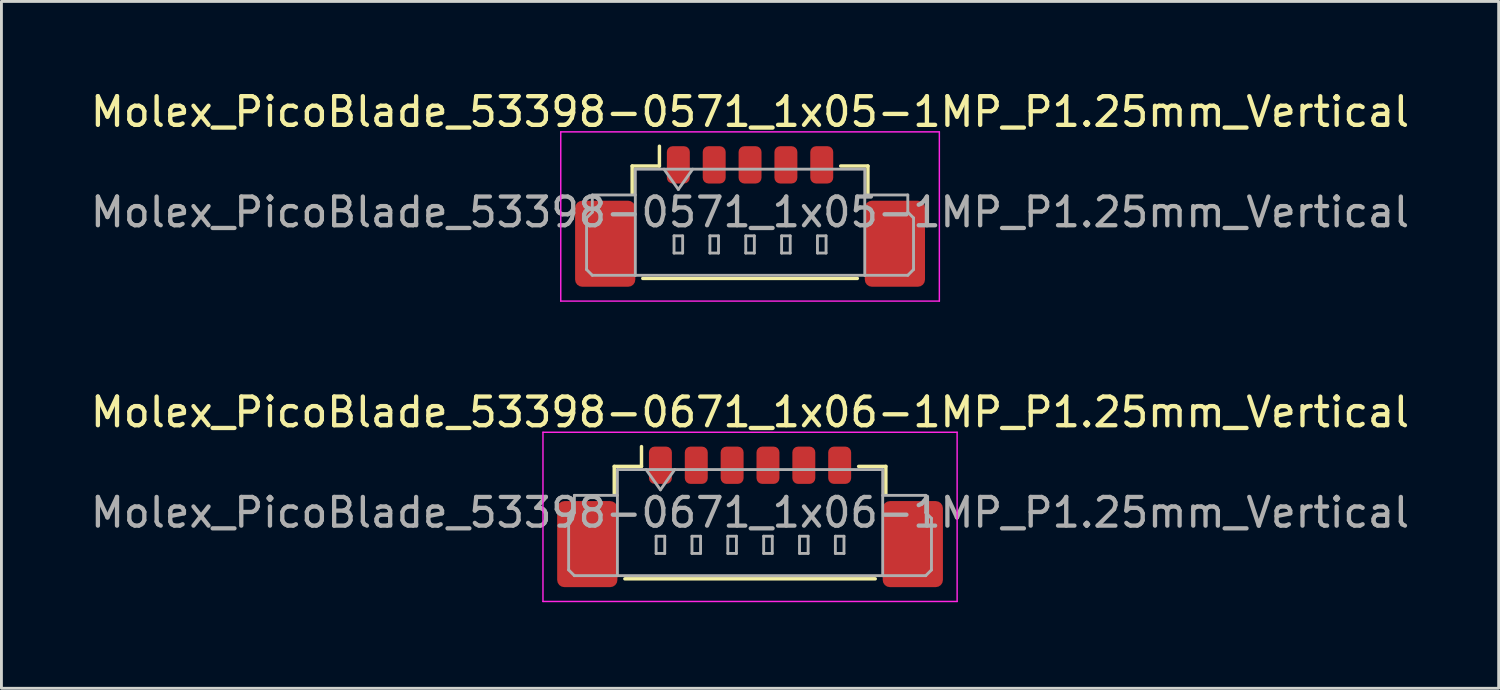
<source format=kicad_pcb>
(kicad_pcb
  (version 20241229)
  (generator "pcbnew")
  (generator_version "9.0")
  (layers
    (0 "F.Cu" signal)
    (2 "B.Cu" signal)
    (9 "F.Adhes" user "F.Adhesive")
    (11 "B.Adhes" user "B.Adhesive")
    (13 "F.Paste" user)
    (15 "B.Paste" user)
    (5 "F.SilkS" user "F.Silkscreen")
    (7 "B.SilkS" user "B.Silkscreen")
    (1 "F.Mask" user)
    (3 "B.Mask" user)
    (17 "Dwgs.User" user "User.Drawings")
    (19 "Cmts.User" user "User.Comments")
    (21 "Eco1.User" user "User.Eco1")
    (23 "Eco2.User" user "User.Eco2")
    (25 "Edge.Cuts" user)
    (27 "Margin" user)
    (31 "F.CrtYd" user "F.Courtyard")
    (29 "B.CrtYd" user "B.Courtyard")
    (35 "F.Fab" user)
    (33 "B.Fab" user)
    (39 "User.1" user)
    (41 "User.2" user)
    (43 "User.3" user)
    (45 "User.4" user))
  (footprint "Molex_PicoBlade_53398-0571_1x05-1MP_P1.25mm_Vertical"
    (layer "F.Cu")
    (at 23.101 3.948)
    (property "Reference" "Molex_PicoBlade_53398-0571_1x05-1MP_P1.25mm_Vertical" (at 0 -3.1 0) (layer "F.SilkS") (effects (font (size 1 1) (thickness 0.15))))
    (attr smd)
    (fp_line (start -4.11 -1.21) (end -3.16 -1.21) (stroke (width 0.12) (type solid)) (layer "F.SilkS"))
    (fp_line (start -4.11 -0.26) (end -4.11 -1.21) (stroke (width 0.12) (type solid)) (layer "F.SilkS"))
    (fp_line (start -3.74 2.71) (end 3.74 2.71) (stroke (width 0.12) (type solid)) (layer "F.SilkS"))
    (fp_line (start -3.16 -1.21) (end -3.16 -1.9) (stroke (width 0.12) (type solid)) (layer "F.SilkS"))
    (fp_line (start 4.11 -1.21) (end 3.16 -1.21) (stroke (width 0.12) (type solid)) (layer "F.SilkS"))
    (fp_line (start 4.11 -0.26) (end 4.11 -1.21) (stroke (width 0.12) (type solid)) (layer "F.SilkS"))
    (fp_line (start -6.6 -2.4) (end -6.6 3.5) (stroke (width 0.05) (type solid)) (layer "F.CrtYd"))
    (fp_line (start -6.6 3.5) (end 6.6 3.5) (stroke (width 0.05) (type solid)) (layer "F.CrtYd"))
    (fp_line (start 6.6 -2.4) (end -6.6 -2.4) (stroke (width 0.05) (type solid)) (layer "F.CrtYd"))
    (fp_line (start 6.6 3.5) (end 6.6 -2.4) (stroke (width 0.05) (type solid)) (layer "F.CrtYd"))
    (fp_line (start -5.7 0.6) (end -5.5 0.4) (stroke (width 0.1) (type solid)) (layer "F.Fab"))
    (fp_line (start -5.7 2.4) (end -5.7 0.6) (stroke (width 0.1) (type solid)) (layer "F.Fab"))
    (fp_line (start -5.5 -0.2) (end -4 -0.2) (stroke (width 0.1) (type solid)) (layer "F.Fab"))
    (fp_line (start -5.5 0.4) (end -5.5 -0.2) (stroke (width 0.1) (type solid)) (layer "F.Fab"))
    (fp_line (start -5.5 2.6) (end -5.7 2.4) (stroke (width 0.1) (type solid)) (layer "F.Fab"))
    (fp_line (start -4 -1.1) (end -4 2.6) (stroke (width 0.1) (type solid)) (layer "F.Fab"))
    (fp_line (start -4 -1.1) (end 4 -1.1) (stroke (width 0.1) (type solid)) (layer "F.Fab"))
    (fp_line (start -4 2.6) (end -5.5 2.6) (stroke (width 0.1) (type solid)) (layer "F.Fab"))
    (fp_line (start -4 2.6) (end 4 2.6) (stroke (width 0.1) (type solid)) (layer "F.Fab"))
    (fp_line (start -3 -1.1) (end -2.5 -0.393) (stroke (width 0.1) (type solid)) (layer "F.Fab"))
    (fp_line (start -2.65 1.225) (end -2.65 1.825) (stroke (width 0.1) (type solid)) (layer "F.Fab"))
    (fp_line (start -2.65 1.825) (end -2.35 1.825) (stroke (width 0.1) (type solid)) (layer "F.Fab"))
    (fp_line (start -2.5 -0.393) (end -2 -1.1) (stroke (width 0.1) (type solid)) (layer "F.Fab"))
    (fp_line (start -2.35 1.225) (end -2.65 1.225) (stroke (width 0.1) (type solid)) (layer "F.Fab"))
    (fp_line (start -2.35 1.825) (end -2.35 1.225) (stroke (width 0.1) (type solid)) (layer "F.Fab"))
    (fp_line (start -1.4 1.225) (end -1.4 1.825) (stroke (width 0.1) (type solid)) (layer "F.Fab"))
    (fp_line (start -1.4 1.825) (end -1.1 1.825) (stroke (width 0.1) (type solid)) (layer "F.Fab"))
    (fp_line (start -1.1 1.225) (end -1.4 1.225) (stroke (width 0.1) (type solid)) (layer "F.Fab"))
    (fp_line (start -1.1 1.825) (end -1.1 1.225) (stroke (width 0.1) (type solid)) (layer "F.Fab"))
    (fp_line (start -0.15 1.225) (end -0.15 1.825) (stroke (width 0.1) (type solid)) (layer "F.Fab"))
    (fp_line (start -0.15 1.825) (end 0.15 1.825) (stroke (width 0.1) (type solid)) (layer "F.Fab"))
    (fp_line (start 0.15 1.225) (end -0.15 1.225) (stroke (width 0.1) (type solid)) (layer "F.Fab"))
    (fp_line (start 0.15 1.825) (end 0.15 1.225) (stroke (width 0.1) (type solid)) (layer "F.Fab"))
    (fp_line (start 1.1 1.225) (end 1.1 1.825) (stroke (width 0.1) (type solid)) (layer "F.Fab"))
    (fp_line (start 1.1 1.825) (end 1.4 1.825) (stroke (width 0.1) (type solid)) (layer "F.Fab"))
    (fp_line (start 1.4 1.225) (end 1.1 1.225) (stroke (width 0.1) (type solid)) (layer "F.Fab"))
    (fp_line (start 1.4 1.825) (end 1.4 1.225) (stroke (width 0.1) (type solid)) (layer "F.Fab"))
    (fp_line (start 2.35 1.225) (end 2.35 1.825) (stroke (width 0.1) (type solid)) (layer "F.Fab"))
    (fp_line (start 2.35 1.825) (end 2.65 1.825) (stroke (width 0.1) (type solid)) (layer "F.Fab"))
    (fp_line (start 2.65 1.225) (end 2.35 1.225) (stroke (width 0.1) (type solid)) (layer "F.Fab"))
    (fp_line (start 2.65 1.825) (end 2.65 1.225) (stroke (width 0.1) (type solid)) (layer "F.Fab"))
    (fp_line (start 4 -1.1) (end 4 2.6) (stroke (width 0.1) (type solid)) (layer "F.Fab"))
    (fp_line (start 4 2.6) (end 5.5 2.6) (stroke (width 0.1) (type solid)) (layer "F.Fab"))
    (fp_line (start 5.5 -0.2) (end 4 -0.2) (stroke (width 0.1) (type solid)) (layer "F.Fab"))
    (fp_line (start 5.5 0.4) (end 5.5 -0.2) (stroke (width 0.1) (type solid)) (layer "F.Fab"))
    (fp_line (start 5.5 2.6) (end 5.7 2.4) (stroke (width 0.1) (type solid)) (layer "F.Fab"))
    (fp_line (start 5.7 0.6) (end 5.5 0.4) (stroke (width 0.1) (type solid)) (layer "F.Fab"))
    (fp_line (start 5.7 2.4) (end 5.7 0.6) (stroke (width 0.1) (type solid)) (layer "F.Fab"))
    (fp_text user "${REFERENCE}" (at 0 0.4 0) (layer "F.Fab") (effects (font (size 1 1) (thickness 0.15))))
    (pad "1" smd roundrect (at -2.5 -1.25) (size 0.8 1.3) (layers "F.Cu" "F.Mask" "F.Paste") (roundrect_rratio 0.25))
    (pad "2" smd roundrect (at -1.25 -1.25) (size 0.8 1.3) (layers "F.Cu" "F.Mask" "F.Paste") (roundrect_rratio 0.25))
    (pad "3" smd roundrect (at 0 -1.25) (size 0.8 1.3) (layers "F.Cu" "F.Mask" "F.Paste") (roundrect_rratio 0.25))
    (pad "4" smd roundrect (at 1.25 -1.25) (size 0.8 1.3) (layers "F.Cu" "F.Mask" "F.Paste") (roundrect_rratio 0.25))
    (pad "5" smd roundrect (at 2.5 -1.25) (size 0.8 1.3) (layers "F.Cu" "F.Mask" "F.Paste") (roundrect_rratio 0.25))
    (pad "MP" smd roundrect (at -5.05 1.5) (size 2.1 3) (layers "F.Cu" "F.Mask" "F.Paste") (roundrect_rratio 0.119))
    (pad "MP" smd roundrect (at 5.05 1.5) (size 2.1 3) (layers "F.Cu" "F.Mask" "F.Paste") (roundrect_rratio 0.119)))
  (footprint "Molex_PicoBlade_53398-0671_1x06-1MP_P1.25mm_Vertical"
    (layer "F.Cu")
    (at 23.101 14.421)
    (property "Reference" "Molex_PicoBlade_53398-0671_1x06-1MP_P1.25mm_Vertical" (at 0 -3.1 0) (layer "F.SilkS") (effects (font (size 1 1) (thickness 0.15))))
    (attr smd)
    (fp_line (start -4.735 -1.21) (end -3.785 -1.21) (stroke (width 0.12) (type solid)) (layer "F.SilkS"))
    (fp_line (start -4.735 -0.26) (end -4.735 -1.21) (stroke (width 0.12) (type solid)) (layer "F.SilkS"))
    (fp_line (start -4.365 2.71) (end 4.365 2.71) (stroke (width 0.12) (type solid)) (layer "F.SilkS"))
    (fp_line (start -3.785 -1.21) (end -3.785 -1.9) (stroke (width 0.12) (type solid)) (layer "F.SilkS"))
    (fp_line (start 4.735 -1.21) (end 3.785 -1.21) (stroke (width 0.12) (type solid)) (layer "F.SilkS"))
    (fp_line (start 4.735 -0.26) (end 4.735 -1.21) (stroke (width 0.12) (type solid)) (layer "F.SilkS"))
    (fp_line (start -7.22 -2.4) (end -7.22 3.5) (stroke (width 0.05) (type solid)) (layer "F.CrtYd"))
    (fp_line (start -7.22 3.5) (end 7.22 3.5) (stroke (width 0.05) (type solid)) (layer "F.CrtYd"))
    (fp_line (start 7.22 -2.4) (end -7.22 -2.4) (stroke (width 0.05) (type solid)) (layer "F.CrtYd"))
    (fp_line (start 7.22 3.5) (end 7.22 -2.4) (stroke (width 0.05) (type solid)) (layer "F.CrtYd"))
    (fp_line (start -6.325 0.6) (end -6.125 0.4) (stroke (width 0.1) (type solid)) (layer "F.Fab"))
    (fp_line (start -6.325 2.4) (end -6.325 0.6) (stroke (width 0.1) (type solid)) (layer "F.Fab"))
    (fp_line (start -6.125 -0.2) (end -4.625 -0.2) (stroke (width 0.1) (type solid)) (layer "F.Fab"))
    (fp_line (start -6.125 0.4) (end -6.125 -0.2) (stroke (width 0.1) (type solid)) (layer "F.Fab"))
    (fp_line (start -6.125 2.6) (end -6.325 2.4) (stroke (width 0.1) (type solid)) (layer "F.Fab"))
    (fp_line (start -4.625 -1.1) (end -4.625 2.6) (stroke (width 0.1) (type solid)) (layer "F.Fab"))
    (fp_line (start -4.625 -1.1) (end 4.625 -1.1) (stroke (width 0.1) (type solid)) (layer "F.Fab"))
    (fp_line (start -4.625 2.6) (end -6.125 2.6) (stroke (width 0.1) (type solid)) (layer "F.Fab"))
    (fp_line (start -4.625 2.6) (end 4.625 2.6) (stroke (width 0.1) (type solid)) (layer "F.Fab"))
    (fp_line (start -3.625 -1.1) (end -3.125 -0.393) (stroke (width 0.1) (type solid)) (layer "F.Fab"))
    (fp_line (start -3.275 1.225) (end -3.275 1.825) (stroke (width 0.1) (type solid)) (layer "F.Fab"))
    (fp_line (start -3.275 1.825) (end -2.975 1.825) (stroke (width 0.1) (type solid)) (layer "F.Fab"))
    (fp_line (start -3.125 -0.393) (end -2.625 -1.1) (stroke (width 0.1) (type solid)) (layer "F.Fab"))
    (fp_line (start -2.975 1.225) (end -3.275 1.225) (stroke (width 0.1) (type solid)) (layer "F.Fab"))
    (fp_line (start -2.975 1.825) (end -2.975 1.225) (stroke (width 0.1) (type solid)) (layer "F.Fab"))
    (fp_line (start -2.025 1.225) (end -2.025 1.825) (stroke (width 0.1) (type solid)) (layer "F.Fab"))
    (fp_line (start -2.025 1.825) (end -1.725 1.825) (stroke (width 0.1) (type solid)) (layer "F.Fab"))
    (fp_line (start -1.725 1.225) (end -2.025 1.225) (stroke (width 0.1) (type solid)) (layer "F.Fab"))
    (fp_line (start -1.725 1.825) (end -1.725 1.225) (stroke (width 0.1) (type solid)) (layer "F.Fab"))
    (fp_line (start -0.775 1.225) (end -0.775 1.825) (stroke (width 0.1) (type solid)) (layer "F.Fab"))
    (fp_line (start -0.775 1.825) (end -0.475 1.825) (stroke (width 0.1) (type solid)) (layer "F.Fab"))
    (fp_line (start -0.475 1.225) (end -0.775 1.225) (stroke (width 0.1) (type solid)) (layer "F.Fab"))
    (fp_line (start -0.475 1.825) (end -0.475 1.225) (stroke (width 0.1) (type solid)) (layer "F.Fab"))
    (fp_line (start 0.475 1.225) (end 0.475 1.825) (stroke (width 0.1) (type solid)) (layer "F.Fab"))
    (fp_line (start 0.475 1.825) (end 0.775 1.825) (stroke (width 0.1) (type solid)) (layer "F.Fab"))
    (fp_line (start 0.775 1.225) (end 0.475 1.225) (stroke (width 0.1) (type solid)) (layer "F.Fab"))
    (fp_line (start 0.775 1.825) (end 0.775 1.225) (stroke (width 0.1) (type solid)) (layer "F.Fab"))
    (fp_line (start 1.725 1.225) (end 1.725 1.825) (stroke (width 0.1) (type solid)) (layer "F.Fab"))
    (fp_line (start 1.725 1.825) (end 2.025 1.825) (stroke (width 0.1) (type solid)) (layer "F.Fab"))
    (fp_line (start 2.025 1.225) (end 1.725 1.225) (stroke (width 0.1) (type solid)) (layer "F.Fab"))
    (fp_line (start 2.025 1.825) (end 2.025 1.225) (stroke (width 0.1) (type solid)) (layer "F.Fab"))
    (fp_line (start 2.975 1.225) (end 2.975 1.825) (stroke (width 0.1) (type solid)) (layer "F.Fab"))
    (fp_line (start 2.975 1.825) (end 3.275 1.825) (stroke (width 0.1) (type solid)) (layer "F.Fab"))
    (fp_line (start 3.275 1.225) (end 2.975 1.225) (stroke (width 0.1) (type solid)) (layer "F.Fab"))
    (fp_line (start 3.275 1.825) (end 3.275 1.225) (stroke (width 0.1) (type solid)) (layer "F.Fab"))
    (fp_line (start 4.625 -1.1) (end 4.625 2.6) (stroke (width 0.1) (type solid)) (layer "F.Fab"))
    (fp_line (start 4.625 2.6) (end 6.125 2.6) (stroke (width 0.1) (type solid)) (layer "F.Fab"))
    (fp_line (start 6.125 -0.2) (end 4.625 -0.2) (stroke (width 0.1) (type solid)) (layer "F.Fab"))
    (fp_line (start 6.125 0.4) (end 6.125 -0.2) (stroke (width 0.1) (type solid)) (layer "F.Fab"))
    (fp_line (start 6.125 2.6) (end 6.325 2.4) (stroke (width 0.1) (type solid)) (layer "F.Fab"))
    (fp_line (start 6.325 0.6) (end 6.125 0.4) (stroke (width 0.1) (type solid)) (layer "F.Fab"))
    (fp_line (start 6.325 2.4) (end 6.325 0.6) (stroke (width 0.1) (type solid)) (layer "F.Fab"))
    (fp_text user "${REFERENCE}" (at 0 0.4 0) (layer "F.Fab") (effects (font (size 1 1) (thickness 0.15))))
    (pad "1" smd roundrect (at -3.125 -1.25) (size 0.8 1.3) (layers "F.Cu" "F.Mask" "F.Paste") (roundrect_rratio 0.25))
    (pad "2" smd roundrect (at -1.875 -1.25) (size 0.8 1.3) (layers "F.Cu" "F.Mask" "F.Paste") (roundrect_rratio 0.25))
    (pad "3" smd roundrect (at -0.625 -1.25) (size 0.8 1.3) (layers "F.Cu" "F.Mask" "F.Paste") (roundrect_rratio 0.25))
    (pad "4" smd roundrect (at 0.625 -1.25) (size 0.8 1.3) (layers "F.Cu" "F.Mask" "F.Paste") (roundrect_rratio 0.25))
    (pad "5" smd roundrect (at 1.875 -1.25) (size 0.8 1.3) (layers "F.Cu" "F.Mask" "F.Paste") (roundrect_rratio 0.25))
    (pad "6" smd roundrect (at 3.125 -1.25) (size 0.8 1.3) (layers "F.Cu" "F.Mask" "F.Paste") (roundrect_rratio 0.25))
    (pad "MP" smd roundrect (at -5.675 1.5) (size 2.1 3) (layers "F.Cu" "F.Mask" "F.Paste") (roundrect_rratio 0.119))
    (pad "MP" smd roundrect (at 5.675 1.5) (size 2.1 3) (layers "F.Cu" "F.Mask" "F.Paste") (roundrect_rratio 0.119)))
  (gr_rect
    (start -3 -3)
    (end 49.202 20.947)
    (stroke (width 0.1) (type default))
    (fill no)
    (layer "Edge.Cuts")))
</source>
